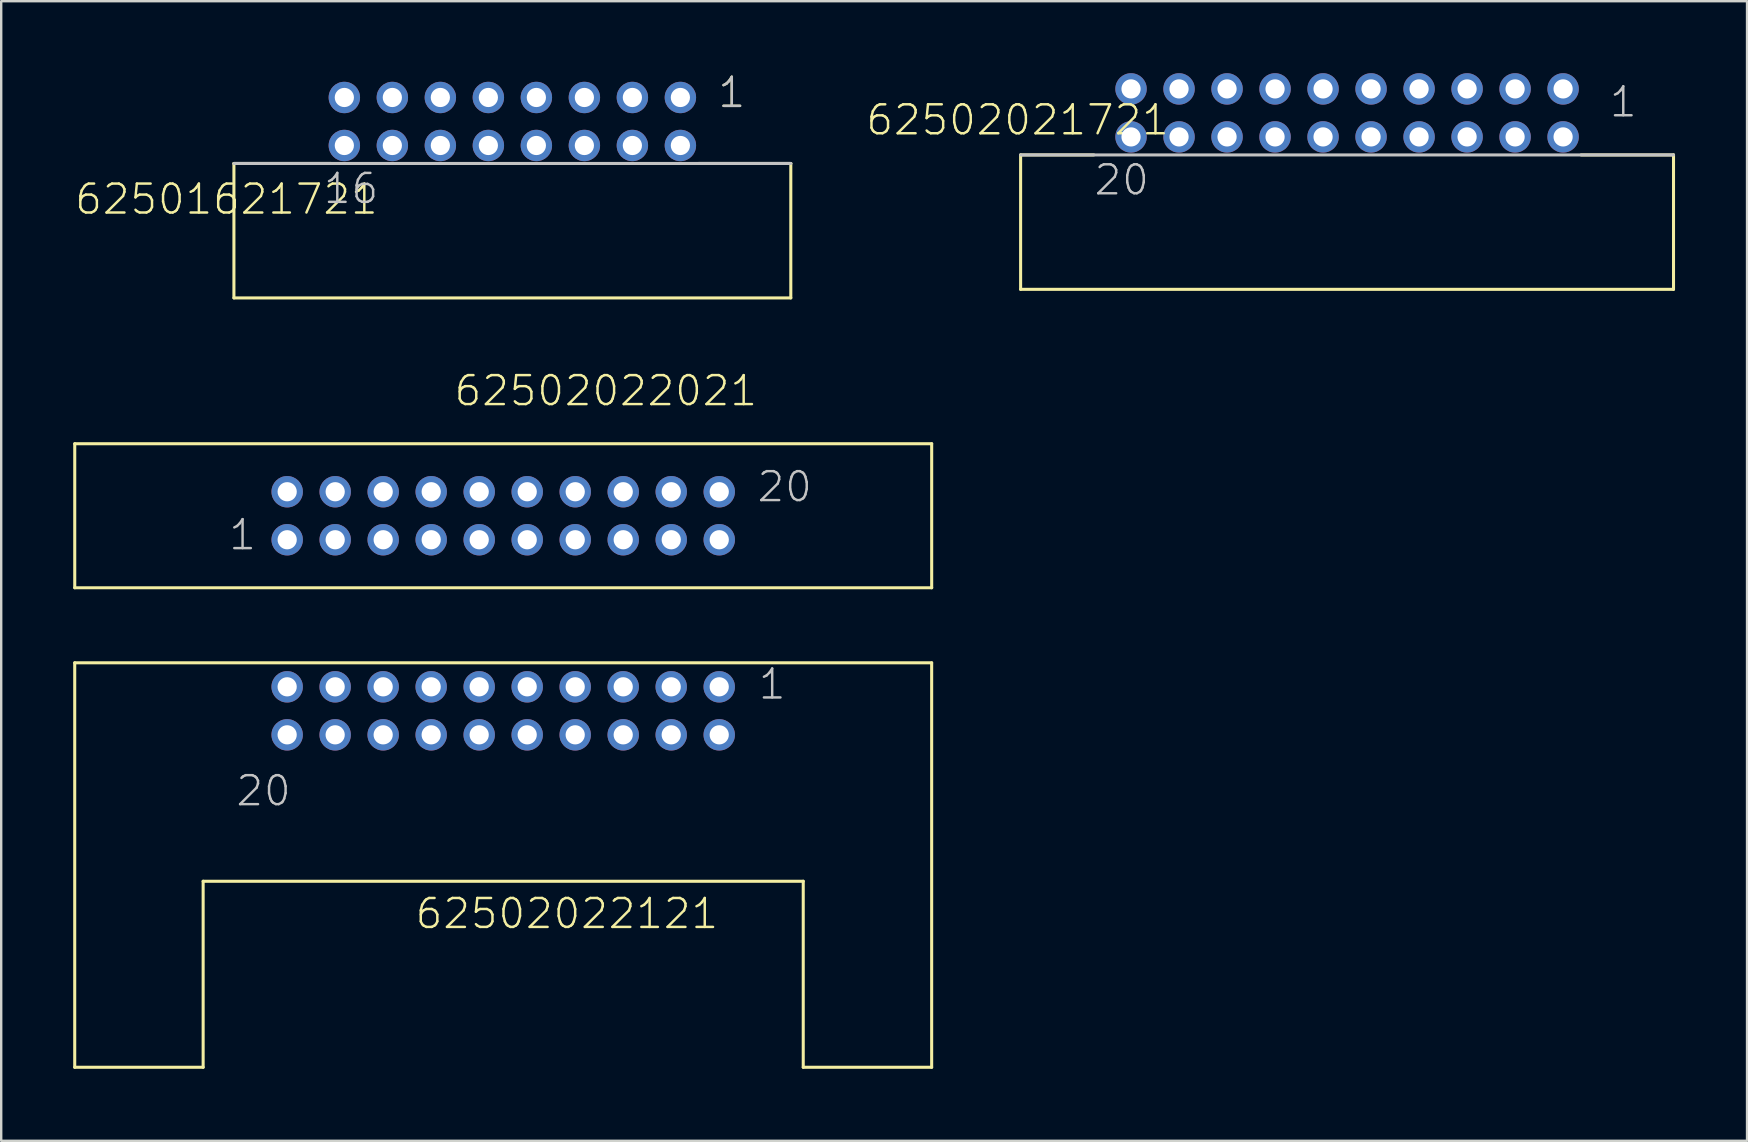
<source format=kicad_pcb>
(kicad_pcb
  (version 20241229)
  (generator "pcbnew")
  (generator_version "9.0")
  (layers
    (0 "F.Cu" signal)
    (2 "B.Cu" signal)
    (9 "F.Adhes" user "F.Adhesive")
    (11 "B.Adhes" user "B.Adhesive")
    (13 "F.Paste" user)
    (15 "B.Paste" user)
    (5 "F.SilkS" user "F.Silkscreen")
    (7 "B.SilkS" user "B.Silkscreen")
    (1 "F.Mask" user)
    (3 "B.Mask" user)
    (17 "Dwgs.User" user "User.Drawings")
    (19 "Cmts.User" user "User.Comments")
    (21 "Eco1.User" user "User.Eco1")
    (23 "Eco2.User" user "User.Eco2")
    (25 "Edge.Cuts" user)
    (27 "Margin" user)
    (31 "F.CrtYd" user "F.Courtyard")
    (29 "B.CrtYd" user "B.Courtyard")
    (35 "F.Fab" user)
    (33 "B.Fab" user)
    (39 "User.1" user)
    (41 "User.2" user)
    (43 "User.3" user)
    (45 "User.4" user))
  (footprint "62501621721"
    (layer "F.Cu")
    (at 18.295 2.011)
    (property "Reference" "62501621721" (at -18.295 3.945 0) (layer "F.SilkS") (effects (font (size 1.206 1.206) (thickness 0.102)) (justify left bottom)))
    (attr through_hole)
    (fp_line (start -11.6 1.75) (end -11.6 7.35) (stroke (width 0.127) (type solid)) (layer "F.SilkS"))
    (fp_line (start -11.6 7.35) (end 11.6 7.35) (stroke (width 0.127) (type solid)) (layer "F.SilkS"))
    (fp_line (start -7.55 1.75) (end -11.6 1.75) (stroke (width 0.127) (type solid)) (layer "F.SilkS"))
    (fp_line (start 7.75 1.75) (end 11.6 1.75) (stroke (width 0.127) (type solid)) (layer "F.SilkS"))
    (fp_line (start 11.6 7.35) (end 11.6 1.75) (stroke (width 0.127) (type solid)) (layer "F.SilkS"))
    (fp_line (start 11.6 1.75) (end -11.6 1.75) (stroke (width 0.127) (type solid)) (layer "Dwgs.User"))
    (fp_text user "1" (at 8.5 -0.5 0) (layer "F.SilkS") (effects (font (size 1.206 1.206) (thickness 0.102)) (justify left bottom)))
    (fp_text user "16" (at -7.935 3.5 0) (layer "Dwgs.User") (effects (font (size 1.206 1.206) (thickness 0.102)) (justify left bottom)))
    (fp_text user "1" (at 8.5 -0.5 0) (layer "Dwgs.User") (effects (font (size 1.206 1.206) (thickness 0.102)) (justify left bottom)))
    (pad "1" thru_hole circle (at 7 -1 180) (size 1.308 1.308) (drill 0.8) (layers "*.Cu" "*.Mask"))
    (pad "2" thru_hole circle (at 7 1 180) (size 1.308 1.308) (drill 0.8) (layers "*.Cu" "*.Mask"))
    (pad "3" thru_hole circle (at 5 -1 180) (size 1.308 1.308) (drill 0.8) (layers "*.Cu" "*.Mask"))
    (pad "4" thru_hole circle (at 5 1 180) (size 1.308 1.308) (drill 0.8) (layers "*.Cu" "*.Mask"))
    (pad "5" thru_hole circle (at 3 -1 180) (size 1.308 1.308) (drill 0.8) (layers "*.Cu" "*.Mask"))
    (pad "6" thru_hole circle (at 3 1 180) (size 1.308 1.308) (drill 0.8) (layers "*.Cu" "*.Mask"))
    (pad "7" thru_hole circle (at 1 -1 180) (size 1.308 1.308) (drill 0.8) (layers "*.Cu" "*.Mask"))
    (pad "8" thru_hole circle (at 1 1 180) (size 1.308 1.308) (drill 0.8) (layers "*.Cu" "*.Mask"))
    (pad "9" thru_hole circle (at -1 -1 180) (size 1.308 1.308) (drill 0.8) (layers "*.Cu" "*.Mask"))
    (pad "10" thru_hole circle (at -1 1 180) (size 1.308 1.308) (drill 0.8) (layers "*.Cu" "*.Mask"))
    (pad "11" thru_hole circle (at -3 -1 180) (size 1.308 1.308) (drill 0.8) (layers "*.Cu" "*.Mask"))
    (pad "12" thru_hole circle (at -3 1 180) (size 1.308 1.308) (drill 0.8) (layers "*.Cu" "*.Mask"))
    (pad "13" thru_hole circle (at -5 -1 180) (size 1.308 1.308) (drill 0.8) (layers "*.Cu" "*.Mask"))
    (pad "14" thru_hole circle (at -5 1 180) (size 1.308 1.308) (drill 0.8) (layers "*.Cu" "*.Mask"))
    (pad "15" thru_hole circle (at -7 -1 180) (size 1.308 1.308) (drill 0.8) (layers "*.Cu" "*.Mask"))
    (pad "16" thru_hole circle (at -7 1 180) (size 1.308 1.308) (drill 0.8) (layers "*.Cu" "*.Mask")))
  (footprint "62502022121"
    (layer "F.Cu")
    (at 17.913 26.563)
    (property "Reference" "62502022121" (at -3.73 9.155 0) (layer "F.SilkS") (effects (font (size 1.206 1.206) (thickness 0.102)) (justify left bottom)))
    (attr through_hole)
    (fp_line (start -17.85 -2) (end -17.85 14.85) (stroke (width 0.127) (type solid)) (layer "F.SilkS"))
    (fp_line (start -17.85 14.85) (end -12.5 14.85) (stroke (width 0.127) (type solid)) (layer "F.SilkS"))
    (fp_line (start -12.5 7.1) (end 12.5 7.1) (stroke (width 0.127) (type solid)) (layer "F.SilkS"))
    (fp_line (start -12.5 14.85) (end -12.5 7.1) (stroke (width 0.127) (type solid)) (layer "F.SilkS"))
    (fp_line (start 12.5 7.1) (end 12.5 14.85) (stroke (width 0.127) (type solid)) (layer "F.SilkS"))
    (fp_line (start 12.5 14.85) (end 17.85 14.85) (stroke (width 0.127) (type solid)) (layer "F.SilkS"))
    (fp_line (start 17.85 -2) (end -17.85 -2) (stroke (width 0.127) (type solid)) (layer "F.SilkS"))
    (fp_line (start 17.85 14.85) (end 17.85 -2) (stroke (width 0.127) (type solid)) (layer "F.SilkS"))
    (fp_text user "1" (at 10.565 -0.405 0) (layer "Dwgs.User") (effects (font (size 1.206 1.206) (thickness 0.102)) (justify left bottom)))
    (fp_text user "20" (at -11.2 4.04 0) (layer "Dwgs.User") (effects (font (size 1.206 1.206) (thickness 0.102)) (justify left bottom)))
    (pad "1" thru_hole circle (at 9 -1) (size 1.308 1.308) (drill 0.8) (layers "*.Cu" "*.Mask"))
    (pad "2" thru_hole circle (at 9 1) (size 1.308 1.308) (drill 0.8) (layers "*.Cu" "*.Mask"))
    (pad "3" thru_hole circle (at 7 -1) (size 1.308 1.308) (drill 0.8) (layers "*.Cu" "*.Mask"))
    (pad "4" thru_hole circle (at 7 1) (size 1.308 1.308) (drill 0.8) (layers "*.Cu" "*.Mask"))
    (pad "5" thru_hole circle (at 5 -1) (size 1.308 1.308) (drill 0.8) (layers "*.Cu" "*.Mask"))
    (pad "6" thru_hole circle (at 5 1) (size 1.308 1.308) (drill 0.8) (layers "*.Cu" "*.Mask"))
    (pad "7" thru_hole circle (at 3 -1) (size 1.308 1.308) (drill 0.8) (layers "*.Cu" "*.Mask"))
    (pad "8" thru_hole circle (at 3 1) (size 1.308 1.308) (drill 0.8) (layers "*.Cu" "*.Mask"))
    (pad "9" thru_hole circle (at 1 -1) (size 1.308 1.308) (drill 0.8) (layers "*.Cu" "*.Mask"))
    (pad "10" thru_hole circle (at 1 1) (size 1.308 1.308) (drill 0.8) (layers "*.Cu" "*.Mask"))
    (pad "11" thru_hole circle (at -1 -1) (size 1.308 1.308) (drill 0.8) (layers "*.Cu" "*.Mask"))
    (pad "12" thru_hole circle (at -1 1) (size 1.308 1.308) (drill 0.8) (layers "*.Cu" "*.Mask"))
    (pad "13" thru_hole circle (at -3 -1) (size 1.308 1.308) (drill 0.8) (layers "*.Cu" "*.Mask"))
    (pad "14" thru_hole circle (at -3 1) (size 1.308 1.308) (drill 0.8) (layers "*.Cu" "*.Mask"))
    (pad "15" thru_hole circle (at -5 -1) (size 1.308 1.308) (drill 0.8) (layers "*.Cu" "*.Mask"))
    (pad "16" thru_hole circle (at -5 1) (size 1.308 1.308) (drill 0.8) (layers "*.Cu" "*.Mask"))
    (pad "17" thru_hole circle (at -7 -1) (size 1.308 1.308) (drill 0.8) (layers "*.Cu" "*.Mask"))
    (pad "18" thru_hole circle (at -7 1) (size 1.308 1.308) (drill 0.8) (layers "*.Cu" "*.Mask"))
    (pad "19" thru_hole circle (at -9 -1) (size 1.308 1.308) (drill 0.8) (layers "*.Cu" "*.Mask"))
    (pad "20" thru_hole circle (at -9 1) (size 1.308 1.308) (drill 0.8) (layers "*.Cu" "*.Mask")))
  (footprint "62502022021"
    (layer "F.Cu")
    (at 14.914 19.436)
    (property "Reference" "62502022021" (at 0.89 -5.5 0) (layer "F.SilkS") (effects (font (size 1.206 1.206) (thickness 0.102)) (justify left bottom)))
    (attr through_hole)
    (fp_line (start -14.85 -4) (end -14.85 2) (stroke (width 0.127) (type solid)) (layer "F.SilkS"))
    (fp_line (start -14.85 2) (end 20.85 2) (stroke (width 0.127) (type solid)) (layer "F.SilkS"))
    (fp_line (start 20.85 -4) (end -14.85 -4) (stroke (width 0.127) (type solid)) (layer "F.SilkS"))
    (fp_line (start 20.85 2) (end 20.85 -4) (stroke (width 0.127) (type solid)) (layer "F.SilkS"))
    (fp_text user "1" (at -8.5 0.5 0) (layer "Dwgs.User") (effects (font (size 1.206 1.206) (thickness 0.102)) (justify left bottom)))
    (fp_text user "20" (at 13.51 -1.5 0) (layer "Dwgs.User") (effects (font (size 1.206 1.206) (thickness 0.102)) (justify left bottom)))
    (pad "1" thru_hole circle (at -6 0) (size 1.308 1.308) (drill 0.8) (layers "*.Cu" "*.Mask"))
    (pad "2" thru_hole circle (at -6 -2) (size 1.308 1.308) (drill 0.8) (layers "*.Cu" "*.Mask"))
    (pad "3" thru_hole circle (at -4 0) (size 1.308 1.308) (drill 0.8) (layers "*.Cu" "*.Mask"))
    (pad "4" thru_hole circle (at -4 -2) (size 1.308 1.308) (drill 0.8) (layers "*.Cu" "*.Mask"))
    (pad "5" thru_hole circle (at -2 0) (size 1.308 1.308) (drill 0.8) (layers "*.Cu" "*.Mask"))
    (pad "6" thru_hole circle (at -2 -2) (size 1.308 1.308) (drill 0.8) (layers "*.Cu" "*.Mask"))
    (pad "7" thru_hole circle (at 0 0) (size 1.308 1.308) (drill 0.8) (layers "*.Cu" "*.Mask"))
    (pad "8" thru_hole circle (at 0 -2) (size 1.308 1.308) (drill 0.8) (layers "*.Cu" "*.Mask"))
    (pad "9" thru_hole circle (at 2 0) (size 1.308 1.308) (drill 0.8) (layers "*.Cu" "*.Mask"))
    (pad "10" thru_hole circle (at 2 -2) (size 1.308 1.308) (drill 0.8) (layers "*.Cu" "*.Mask"))
    (pad "11" thru_hole circle (at 4 0) (size 1.308 1.308) (drill 0.8) (layers "*.Cu" "*.Mask"))
    (pad "12" thru_hole circle (at 4 -2) (size 1.308 1.308) (drill 0.8) (layers "*.Cu" "*.Mask"))
    (pad "13" thru_hole circle (at 6 0) (size 1.308 1.308) (drill 0.8) (layers "*.Cu" "*.Mask"))
    (pad "14" thru_hole circle (at 6 -2) (size 1.308 1.308) (drill 0.8) (layers "*.Cu" "*.Mask"))
    (pad "15" thru_hole circle (at 8 0) (size 1.308 1.308) (drill 0.8) (layers "*.Cu" "*.Mask"))
    (pad "16" thru_hole circle (at 8 -2) (size 1.308 1.308) (drill 0.8) (layers "*.Cu" "*.Mask"))
    (pad "17" thru_hole circle (at 10 0) (size 1.308 1.308) (drill 0.8) (layers "*.Cu" "*.Mask"))
    (pad "18" thru_hole circle (at 10 -2) (size 1.308 1.308) (drill 0.8) (layers "*.Cu" "*.Mask"))
    (pad "19" thru_hole circle (at 12 0) (size 1.308 1.308) (drill 0.8) (layers "*.Cu" "*.Mask"))
    (pad "20" thru_hole circle (at 12 -2) (size 1.308 1.308) (drill 0.8) (layers "*.Cu" "*.Mask")))
  (footprint "62502021721"
    (layer "F.Cu")
    (at 53.069 1.654)
    (property "Reference" "62502021721" (at -20.11 1 0) (layer "F.SilkS") (effects (font (size 1.206 1.206) (thickness 0.102)) (justify left bottom)))
    (attr through_hole)
    (fp_line (start -13.6 1.75) (end -13.6 7.35) (stroke (width 0.127) (type solid)) (layer "F.SilkS"))
    (fp_line (start -13.6 7.35) (end 13.6 7.35) (stroke (width 0.127) (type solid)) (layer "F.SilkS"))
    (fp_line (start -10.55 1.75) (end -13.6 1.75) (stroke (width 0.127) (type solid)) (layer "F.SilkS"))
    (fp_line (start 9.75 1.75) (end 13.6 1.75) (stroke (width 0.127) (type solid)) (layer "F.SilkS"))
    (fp_line (start 13.6 7.35) (end 13.6 1.75) (stroke (width 0.127) (type solid)) (layer "F.SilkS"))
    (fp_line (start 13.6 1.75) (end -13.6 1.75) (stroke (width 0.127) (type solid)) (layer "Dwgs.User"))
    (fp_text user "1" (at 10.865 0.25 0) (layer "Dwgs.User") (effects (font (size 1.206 1.206) (thickness 0.102)) (justify left bottom)))
    (fp_text user "20" (at -10.605 3.5 0) (layer "Dwgs.User") (effects (font (size 1.206 1.206) (thickness 0.102)) (justify left bottom)))
    (pad "1" thru_hole circle (at 9 -1 180) (size 1.308 1.308) (drill 0.8) (layers "*.Cu" "*.Mask"))
    (pad "2" thru_hole circle (at 9 1 180) (size 1.308 1.308) (drill 0.8) (layers "*.Cu" "*.Mask"))
    (pad "3" thru_hole circle (at 7 -1 180) (size 1.308 1.308) (drill 0.8) (layers "*.Cu" "*.Mask"))
    (pad "4" thru_hole circle (at 7 1 180) (size 1.308 1.308) (drill 0.8) (layers "*.Cu" "*.Mask"))
    (pad "5" thru_hole circle (at 5 -1 180) (size 1.308 1.308) (drill 0.8) (layers "*.Cu" "*.Mask"))
    (pad "6" thru_hole circle (at 5 1 180) (size 1.308 1.308) (drill 0.8) (layers "*.Cu" "*.Mask"))
    (pad "7" thru_hole circle (at 3 -1 180) (size 1.308 1.308) (drill 0.8) (layers "*.Cu" "*.Mask"))
    (pad "8" thru_hole circle (at 3 1 180) (size 1.308 1.308) (drill 0.8) (layers "*.Cu" "*.Mask"))
    (pad "9" thru_hole circle (at 1 -1 180) (size 1.308 1.308) (drill 0.8) (layers "*.Cu" "*.Mask"))
    (pad "10" thru_hole circle (at 1 1 180) (size 1.308 1.308) (drill 0.8) (layers "*.Cu" "*.Mask"))
    (pad "11" thru_hole circle (at -1 -1 180) (size 1.308 1.308) (drill 0.8) (layers "*.Cu" "*.Mask"))
    (pad "12" thru_hole circle (at -1 1 180) (size 1.308 1.308) (drill 0.8) (layers "*.Cu" "*.Mask"))
    (pad "13" thru_hole circle (at -3 -1 180) (size 1.308 1.308) (drill 0.8) (layers "*.Cu" "*.Mask"))
    (pad "14" thru_hole circle (at -3 1 180) (size 1.308 1.308) (drill 0.8) (layers "*.Cu" "*.Mask"))
    (pad "15" thru_hole circle (at -5 -1 180) (size 1.308 1.308) (drill 0.8) (layers "*.Cu" "*.Mask"))
    (pad "16" thru_hole circle (at -5 1 180) (size 1.308 1.308) (drill 0.8) (layers "*.Cu" "*.Mask"))
    (pad "17" thru_hole circle (at -7 -1 180) (size 1.308 1.308) (drill 0.8) (layers "*.Cu" "*.Mask"))
    (pad "18" thru_hole circle (at -7 1 180) (size 1.308 1.308) (drill 0.8) (layers "*.Cu" "*.Mask"))
    (pad "19" thru_hole circle (at -9 -1 180) (size 1.308 1.308) (drill 0.8) (layers "*.Cu" "*.Mask"))
    (pad "20" thru_hole circle (at -9 1 180) (size 1.308 1.308) (drill 0.8) (layers "*.Cu" "*.Mask")))
  (gr_rect
    (start -3 -3)
    (end 69.732 44.477)
    (stroke (width 0.1) (type default))
    (fill no)
    (layer "Edge.Cuts")))
</source>
